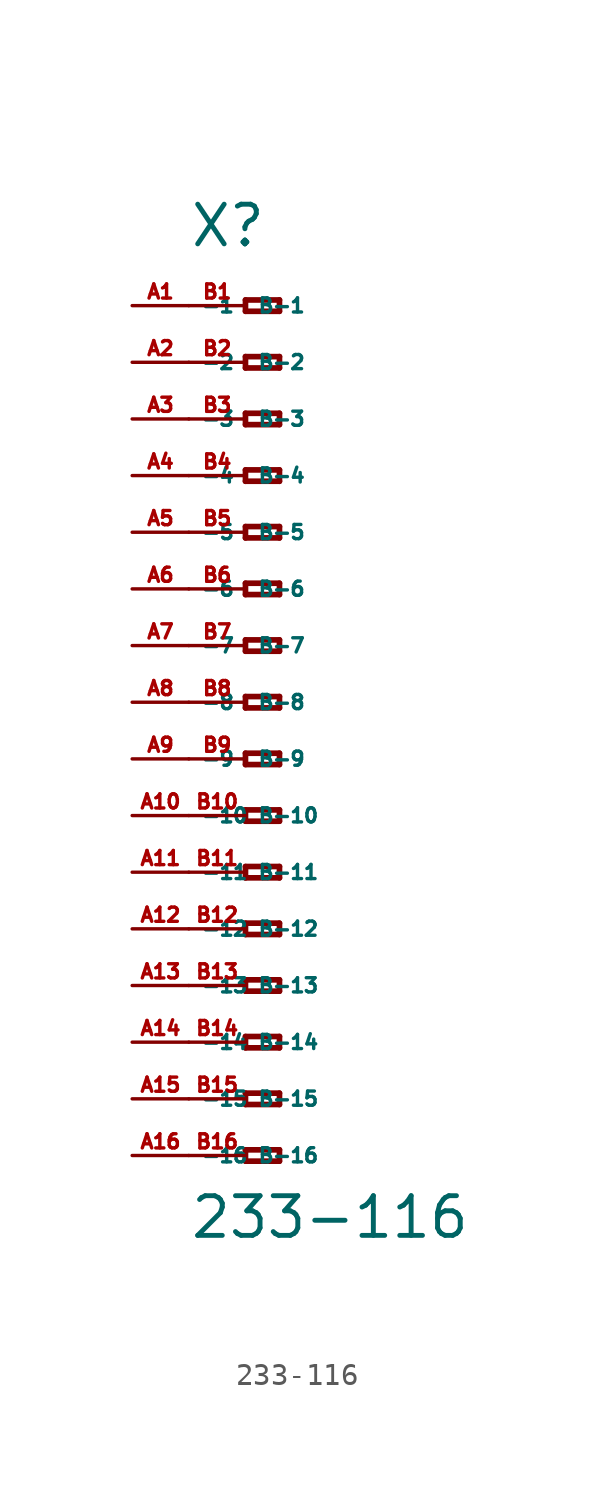
<source format=kicad_sym>
(kicad_symbol_lib
  (version 20220914)
  (generator Eagle2Kicad)
  (symbol "233-116"
    (property "Reference" "X"
      (at -5.08 20.32 0)
      (effects (font (size 1.778 1.778) (thickness 0.22)) (justify left bottom)))
    (property "Value" "233-116"
      (at -5.08 -24.13 0)
      (effects (font (size 1.778 1.778) (thickness 0.22)) (justify left bottom)))
    (polyline
      (pts (xy -2.54 18.034) (xy -2.54 17.526))
      (stroke (width 0.254) (type default))
      (fill (type none)))
    (polyline
      (pts (xy -2.54 17.526) (xy -1.016 17.526))
      (stroke (width 0.254) (type default))
      (fill (type none)))
    (polyline
      (pts (xy -1.016 17.526) (xy -1.016 18.034))
      (stroke (width 0.254) (type default))
      (fill (type none)))
    (polyline
      (pts (xy -1.016 18.034) (xy -2.54 18.034))
      (stroke (width 0.254) (type default))
      (fill (type none)))
    (polyline
      (pts (xy -2.54 15.494) (xy -2.54 14.986))
      (stroke (width 0.254) (type default))
      (fill (type none)))
    (polyline
      (pts (xy -2.54 14.986) (xy -1.016 14.986))
      (stroke (width 0.254) (type default))
      (fill (type none)))
    (polyline
      (pts (xy -1.016 14.986) (xy -1.016 15.494))
      (stroke (width 0.254) (type default))
      (fill (type none)))
    (polyline
      (pts (xy -1.016 15.494) (xy -2.54 15.494))
      (stroke (width 0.254) (type default))
      (fill (type none)))
    (polyline
      (pts (xy -2.54 12.954) (xy -2.54 12.446))
      (stroke (width 0.254) (type default))
      (fill (type none)))
    (polyline
      (pts (xy -2.54 12.446) (xy -1.016 12.446))
      (stroke (width 0.254) (type default))
      (fill (type none)))
    (polyline
      (pts (xy -1.016 12.446) (xy -1.016 12.954))
      (stroke (width 0.254) (type default))
      (fill (type none)))
    (polyline
      (pts (xy -1.016 12.954) (xy -2.54 12.954))
      (stroke (width 0.254) (type default))
      (fill (type none)))
    (polyline
      (pts (xy -2.54 10.414) (xy -2.54 9.906))
      (stroke (width 0.254) (type default))
      (fill (type none)))
    (polyline
      (pts (xy -2.54 9.906) (xy -1.016 9.906))
      (stroke (width 0.254) (type default))
      (fill (type none)))
    (polyline
      (pts (xy -1.016 9.906) (xy -1.016 10.414))
      (stroke (width 0.254) (type default))
      (fill (type none)))
    (polyline
      (pts (xy -1.016 10.414) (xy -2.54 10.414))
      (stroke (width 0.254) (type default))
      (fill (type none)))
    (polyline
      (pts (xy -2.54 7.874) (xy -2.54 7.366))
      (stroke (width 0.254) (type default))
      (fill (type none)))
    (polyline
      (pts (xy -2.54 7.366) (xy -1.016 7.366))
      (stroke (width 0.254) (type default))
      (fill (type none)))
    (polyline
      (pts (xy -1.016 7.366) (xy -1.016 7.874))
      (stroke (width 0.254) (type default))
      (fill (type none)))
    (polyline
      (pts (xy -1.016 7.874) (xy -2.54 7.874))
      (stroke (width 0.254) (type default))
      (fill (type none)))
    (polyline
      (pts (xy -2.54 5.334) (xy -2.54 4.826))
      (stroke (width 0.254) (type default))
      (fill (type none)))
    (polyline
      (pts (xy -2.54 4.826) (xy -1.016 4.826))
      (stroke (width 0.254) (type default))
      (fill (type none)))
    (polyline
      (pts (xy -1.016 4.826) (xy -1.016 5.334))
      (stroke (width 0.254) (type default))
      (fill (type none)))
    (polyline
      (pts (xy -1.016 5.334) (xy -2.54 5.334))
      (stroke (width 0.254) (type default))
      (fill (type none)))
    (polyline
      (pts (xy -2.54 2.794) (xy -2.54 2.286))
      (stroke (width 0.254) (type default))
      (fill (type none)))
    (polyline
      (pts (xy -2.54 2.286) (xy -1.016 2.286))
      (stroke (width 0.254) (type default))
      (fill (type none)))
    (polyline
      (pts (xy -1.016 2.286) (xy -1.016 2.794))
      (stroke (width 0.254) (type default))
      (fill (type none)))
    (polyline
      (pts (xy -1.016 2.794) (xy -2.54 2.794))
      (stroke (width 0.254) (type default))
      (fill (type none)))
    (polyline
      (pts (xy -2.54 0.254) (xy -2.54 -0.254))
      (stroke (width 0.254) (type default))
      (fill (type none)))
    (polyline
      (pts (xy -2.54 -0.254) (xy -1.016 -0.254))
      (stroke (width 0.254) (type default))
      (fill (type none)))
    (polyline
      (pts (xy -1.016 -0.254) (xy -1.016 0.254))
      (stroke (width 0.254) (type default))
      (fill (type none)))
    (polyline
      (pts (xy -1.016 0.254) (xy -2.54 0.254))
      (stroke (width 0.254) (type default))
      (fill (type none)))
    (polyline
      (pts (xy -2.54 -2.286) (xy -2.54 -2.794))
      (stroke (width 0.254) (type default))
      (fill (type none)))
    (polyline
      (pts (xy -2.54 -2.794) (xy -1.016 -2.794))
      (stroke (width 0.254) (type default))
      (fill (type none)))
    (polyline
      (pts (xy -1.016 -2.794) (xy -1.016 -2.286))
      (stroke (width 0.254) (type default))
      (fill (type none)))
    (polyline
      (pts (xy -1.016 -2.286) (xy -2.54 -2.286))
      (stroke (width 0.254) (type default))
      (fill (type none)))
    (polyline
      (pts (xy -2.54 -4.826) (xy -2.54 -5.334))
      (stroke (width 0.254) (type default))
      (fill (type none)))
    (polyline
      (pts (xy -2.54 -5.334) (xy -1.016 -5.334))
      (stroke (width 0.254) (type default))
      (fill (type none)))
    (polyline
      (pts (xy -1.016 -5.334) (xy -1.016 -4.826))
      (stroke (width 0.254) (type default))
      (fill (type none)))
    (polyline
      (pts (xy -1.016 -4.826) (xy -2.54 -4.826))
      (stroke (width 0.254) (type default))
      (fill (type none)))
    (polyline
      (pts (xy -2.54 -7.366) (xy -2.54 -7.874))
      (stroke (width 0.254) (type default))
      (fill (type none)))
    (polyline
      (pts (xy -2.54 -7.874) (xy -1.016 -7.874))
      (stroke (width 0.254) (type default))
      (fill (type none)))
    (polyline
      (pts (xy -1.016 -7.874) (xy -1.016 -7.366))
      (stroke (width 0.254) (type default))
      (fill (type none)))
    (polyline
      (pts (xy -1.016 -7.366) (xy -2.54 -7.366))
      (stroke (width 0.254) (type default))
      (fill (type none)))
    (polyline
      (pts (xy -2.54 -9.906) (xy -2.54 -10.414))
      (stroke (width 0.254) (type default))
      (fill (type none)))
    (polyline
      (pts (xy -2.54 -10.414) (xy -1.016 -10.414))
      (stroke (width 0.254) (type default))
      (fill (type none)))
    (polyline
      (pts (xy -1.016 -10.414) (xy -1.016 -9.906))
      (stroke (width 0.254) (type default))
      (fill (type none)))
    (polyline
      (pts (xy -1.016 -9.906) (xy -2.54 -9.906))
      (stroke (width 0.254) (type default))
      (fill (type none)))
    (polyline
      (pts (xy -2.54 -12.446) (xy -2.54 -12.954))
      (stroke (width 0.254) (type default))
      (fill (type none)))
    (polyline
      (pts (xy -2.54 -12.954) (xy -1.016 -12.954))
      (stroke (width 0.254) (type default))
      (fill (type none)))
    (polyline
      (pts (xy -1.016 -12.954) (xy -1.016 -12.446))
      (stroke (width 0.254) (type default))
      (fill (type none)))
    (polyline
      (pts (xy -1.016 -12.446) (xy -2.54 -12.446))
      (stroke (width 0.254) (type default))
      (fill (type none)))
    (polyline
      (pts (xy -2.54 -14.986) (xy -2.54 -15.494))
      (stroke (width 0.254) (type default))
      (fill (type none)))
    (polyline
      (pts (xy -2.54 -15.494) (xy -1.016 -15.494))
      (stroke (width 0.254) (type default))
      (fill (type none)))
    (polyline
      (pts (xy -1.016 -15.494) (xy -1.016 -14.986))
      (stroke (width 0.254) (type default))
      (fill (type none)))
    (polyline
      (pts (xy -1.016 -14.986) (xy -2.54 -14.986))
      (stroke (width 0.254) (type default))
      (fill (type none)))
    (polyline
      (pts (xy -2.54 -17.526) (xy -2.54 -18.034))
      (stroke (width 0.254) (type default))
      (fill (type none)))
    (polyline
      (pts (xy -2.54 -18.034) (xy -1.016 -18.034))
      (stroke (width 0.254) (type default))
      (fill (type none)))
    (polyline
      (pts (xy -1.016 -18.034) (xy -1.016 -17.526))
      (stroke (width 0.254) (type default))
      (fill (type none)))
    (polyline
      (pts (xy -1.016 -17.526) (xy -2.54 -17.526))
      (stroke (width 0.254) (type default))
      (fill (type none)))
    (polyline
      (pts (xy -2.54 -20.066) (xy -2.54 -20.574))
      (stroke (width 0.254) (type default))
      (fill (type none)))
    (polyline
      (pts (xy -2.54 -20.574) (xy -1.016 -20.574))
      (stroke (width 0.254) (type default))
      (fill (type none)))
    (polyline
      (pts (xy -1.016 -20.574) (xy -1.016 -20.066))
      (stroke (width 0.254) (type default))
      (fill (type none)))
    (polyline
      (pts (xy -1.016 -20.066) (xy -2.54 -20.066))
      (stroke (width 0.254) (type default))
      (fill (type none)))
    (pin passive line
      (at -7.62 17.78 0)
      (length 2.54)
      (name "-1" (effects (font (size 0.635 0.635) (thickness 0.08)) (justify left bottom)))
      (number "A1" (effects (font (size 0.635 0.635) (thickness 0.08)) (justify left bottom))))
    (pin passive line
      (at -7.62 15.24 0)
      (length 2.54)
      (name "-2" (effects (font (size 0.635 0.635) (thickness 0.08)) (justify left bottom)))
      (number "A2" (effects (font (size 0.635 0.635) (thickness 0.08)) (justify left bottom))))
    (pin passive line
      (at -7.62 12.7 0)
      (length 2.54)
      (name "-3" (effects (font (size 0.635 0.635) (thickness 0.08)) (justify left bottom)))
      (number "A3" (effects (font (size 0.635 0.635) (thickness 0.08)) (justify left bottom))))
    (pin passive line
      (at -7.62 10.16 0)
      (length 2.54)
      (name "-4" (effects (font (size 0.635 0.635) (thickness 0.08)) (justify left bottom)))
      (number "A4" (effects (font (size 0.635 0.635) (thickness 0.08)) (justify left bottom))))
    (pin passive line
      (at -7.62 7.62 0)
      (length 2.54)
      (name "-5" (effects (font (size 0.635 0.635) (thickness 0.08)) (justify left bottom)))
      (number "A5" (effects (font (size 0.635 0.635) (thickness 0.08)) (justify left bottom))))
    (pin passive line
      (at -7.62 5.08 0)
      (length 2.54)
      (name "-6" (effects (font (size 0.635 0.635) (thickness 0.08)) (justify left bottom)))
      (number "A6" (effects (font (size 0.635 0.635) (thickness 0.08)) (justify left bottom))))
    (pin passive line
      (at -7.62 2.54 0)
      (length 2.54)
      (name "-7" (effects (font (size 0.635 0.635) (thickness 0.08)) (justify left bottom)))
      (number "A7" (effects (font (size 0.635 0.635) (thickness 0.08)) (justify left bottom))))
    (pin passive line
      (at -7.62 0 0)
      (length 2.54)
      (name "-8" (effects (font (size 0.635 0.635) (thickness 0.08)) (justify left bottom)))
      (number "A8" (effects (font (size 0.635 0.635) (thickness 0.08)) (justify left bottom))))
    (pin passive line
      (at -7.62 -2.54 0)
      (length 2.54)
      (name "-9" (effects (font (size 0.635 0.635) (thickness 0.08)) (justify left bottom)))
      (number "A9" (effects (font (size 0.635 0.635) (thickness 0.08)) (justify left bottom))))
    (pin passive line
      (at -7.62 -5.08 0)
      (length 2.54)
      (name "-10" (effects (font (size 0.635 0.635) (thickness 0.08)) (justify left bottom)))
      (number "A10" (effects (font (size 0.635 0.635) (thickness 0.08)) (justify left bottom))))
    (pin passive line
      (at -7.62 -7.62 0)
      (length 2.54)
      (name "-11" (effects (font (size 0.635 0.635) (thickness 0.08)) (justify left bottom)))
      (number "A11" (effects (font (size 0.635 0.635) (thickness 0.08)) (justify left bottom))))
    (pin passive line
      (at -7.62 -10.16 0)
      (length 2.54)
      (name "-12" (effects (font (size 0.635 0.635) (thickness 0.08)) (justify left bottom)))
      (number "A12" (effects (font (size 0.635 0.635) (thickness 0.08)) (justify left bottom))))
    (pin passive line
      (at -7.62 -12.7 0)
      (length 2.54)
      (name "-13" (effects (font (size 0.635 0.635) (thickness 0.08)) (justify left bottom)))
      (number "A13" (effects (font (size 0.635 0.635) (thickness 0.08)) (justify left bottom))))
    (pin passive line
      (at -7.62 -15.24 0)
      (length 2.54)
      (name "-14" (effects (font (size 0.635 0.635) (thickness 0.08)) (justify left bottom)))
      (number "A14" (effects (font (size 0.635 0.635) (thickness 0.08)) (justify left bottom))))
    (pin passive line
      (at -7.62 -17.78 0)
      (length 2.54)
      (name "-15" (effects (font (size 0.635 0.635) (thickness 0.08)) (justify left bottom)))
      (number "A15" (effects (font (size 0.635 0.635) (thickness 0.08)) (justify left bottom))))
    (pin passive line
      (at -7.62 -20.32 0)
      (length 2.54)
      (name "-16" (effects (font (size 0.635 0.635) (thickness 0.08)) (justify left bottom)))
      (number "A16" (effects (font (size 0.635 0.635) (thickness 0.08)) (justify left bottom))))
    (pin passive line
      (at -5.08 -20.32 0)
      (length 2.54)
      (name "B-16" (effects (font (size 0.635 0.635) (thickness 0.08)) (justify left bottom)))
      (number "B16" (effects (font (size 0.635 0.635) (thickness 0.08)) (justify left bottom))))
    (pin passive line
      (at -5.08 17.78 0)
      (length 2.54)
      (name "B-1" (effects (font (size 0.635 0.635) (thickness 0.08)) (justify left bottom)))
      (number "B1" (effects (font (size 0.635 0.635) (thickness 0.08)) (justify left bottom))))
    (pin passive line
      (at -5.08 15.24 0)
      (length 2.54)
      (name "B-2" (effects (font (size 0.635 0.635) (thickness 0.08)) (justify left bottom)))
      (number "B2" (effects (font (size 0.635 0.635) (thickness 0.08)) (justify left bottom))))
    (pin passive line
      (at -5.08 12.7 0)
      (length 2.54)
      (name "B-3" (effects (font (size 0.635 0.635) (thickness 0.08)) (justify left bottom)))
      (number "B3" (effects (font (size 0.635 0.635) (thickness 0.08)) (justify left bottom))))
    (pin passive line
      (at -5.08 10.16 0)
      (length 2.54)
      (name "B-4" (effects (font (size 0.635 0.635) (thickness 0.08)) (justify left bottom)))
      (number "B4" (effects (font (size 0.635 0.635) (thickness 0.08)) (justify left bottom))))
    (pin passive line
      (at -5.08 7.62 0)
      (length 2.54)
      (name "B-5" (effects (font (size 0.635 0.635) (thickness 0.08)) (justify left bottom)))
      (number "B5" (effects (font (size 0.635 0.635) (thickness 0.08)) (justify left bottom))))
    (pin passive line
      (at -5.08 5.08 0)
      (length 2.54)
      (name "B-6" (effects (font (size 0.635 0.635) (thickness 0.08)) (justify left bottom)))
      (number "B6" (effects (font (size 0.635 0.635) (thickness 0.08)) (justify left bottom))))
    (pin passive line
      (at -5.08 2.54 0)
      (length 2.54)
      (name "B-7" (effects (font (size 0.635 0.635) (thickness 0.08)) (justify left bottom)))
      (number "B7" (effects (font (size 0.635 0.635) (thickness 0.08)) (justify left bottom))))
    (pin passive line
      (at -5.08 0 0)
      (length 2.54)
      (name "B-8" (effects (font (size 0.635 0.635) (thickness 0.08)) (justify left bottom)))
      (number "B8" (effects (font (size 0.635 0.635) (thickness 0.08)) (justify left bottom))))
    (pin passive line
      (at -5.08 -2.54 0)
      (length 2.54)
      (name "B-9" (effects (font (size 0.635 0.635) (thickness 0.08)) (justify left bottom)))
      (number "B9" (effects (font (size 0.635 0.635) (thickness 0.08)) (justify left bottom))))
    (pin passive line
      (at -5.08 -5.08 0)
      (length 2.54)
      (name "B-10" (effects (font (size 0.635 0.635) (thickness 0.08)) (justify left bottom)))
      (number "B10" (effects (font (size 0.635 0.635) (thickness 0.08)) (justify left bottom))))
    (pin passive line
      (at -5.08 -7.62 0)
      (length 2.54)
      (name "B-11" (effects (font (size 0.635 0.635) (thickness 0.08)) (justify left bottom)))
      (number "B11" (effects (font (size 0.635 0.635) (thickness 0.08)) (justify left bottom))))
    (pin passive line
      (at -5.08 -10.16 0)
      (length 2.54)
      (name "B-12" (effects (font (size 0.635 0.635) (thickness 0.08)) (justify left bottom)))
      (number "B12" (effects (font (size 0.635 0.635) (thickness 0.08)) (justify left bottom))))
    (pin passive line
      (at -5.08 -12.7 0)
      (length 2.54)
      (name "B-13" (effects (font (size 0.635 0.635) (thickness 0.08)) (justify left bottom)))
      (number "B13" (effects (font (size 0.635 0.635) (thickness 0.08)) (justify left bottom))))
    (pin passive line
      (at -5.08 -15.24 0)
      (length 2.54)
      (name "B-14" (effects (font (size 0.635 0.635) (thickness 0.08)) (justify left bottom)))
      (number "B14" (effects (font (size 0.635 0.635) (thickness 0.08)) (justify left bottom))))
    (pin passive line
      (at -5.08 -17.78 0)
      (length 2.54)
      (name "B-15" (effects (font (size 0.635 0.635) (thickness 0.08)) (justify left bottom)))
      (number "B15" (effects (font (size 0.635 0.635) (thickness 0.08)) (justify left bottom))))))
</source>
